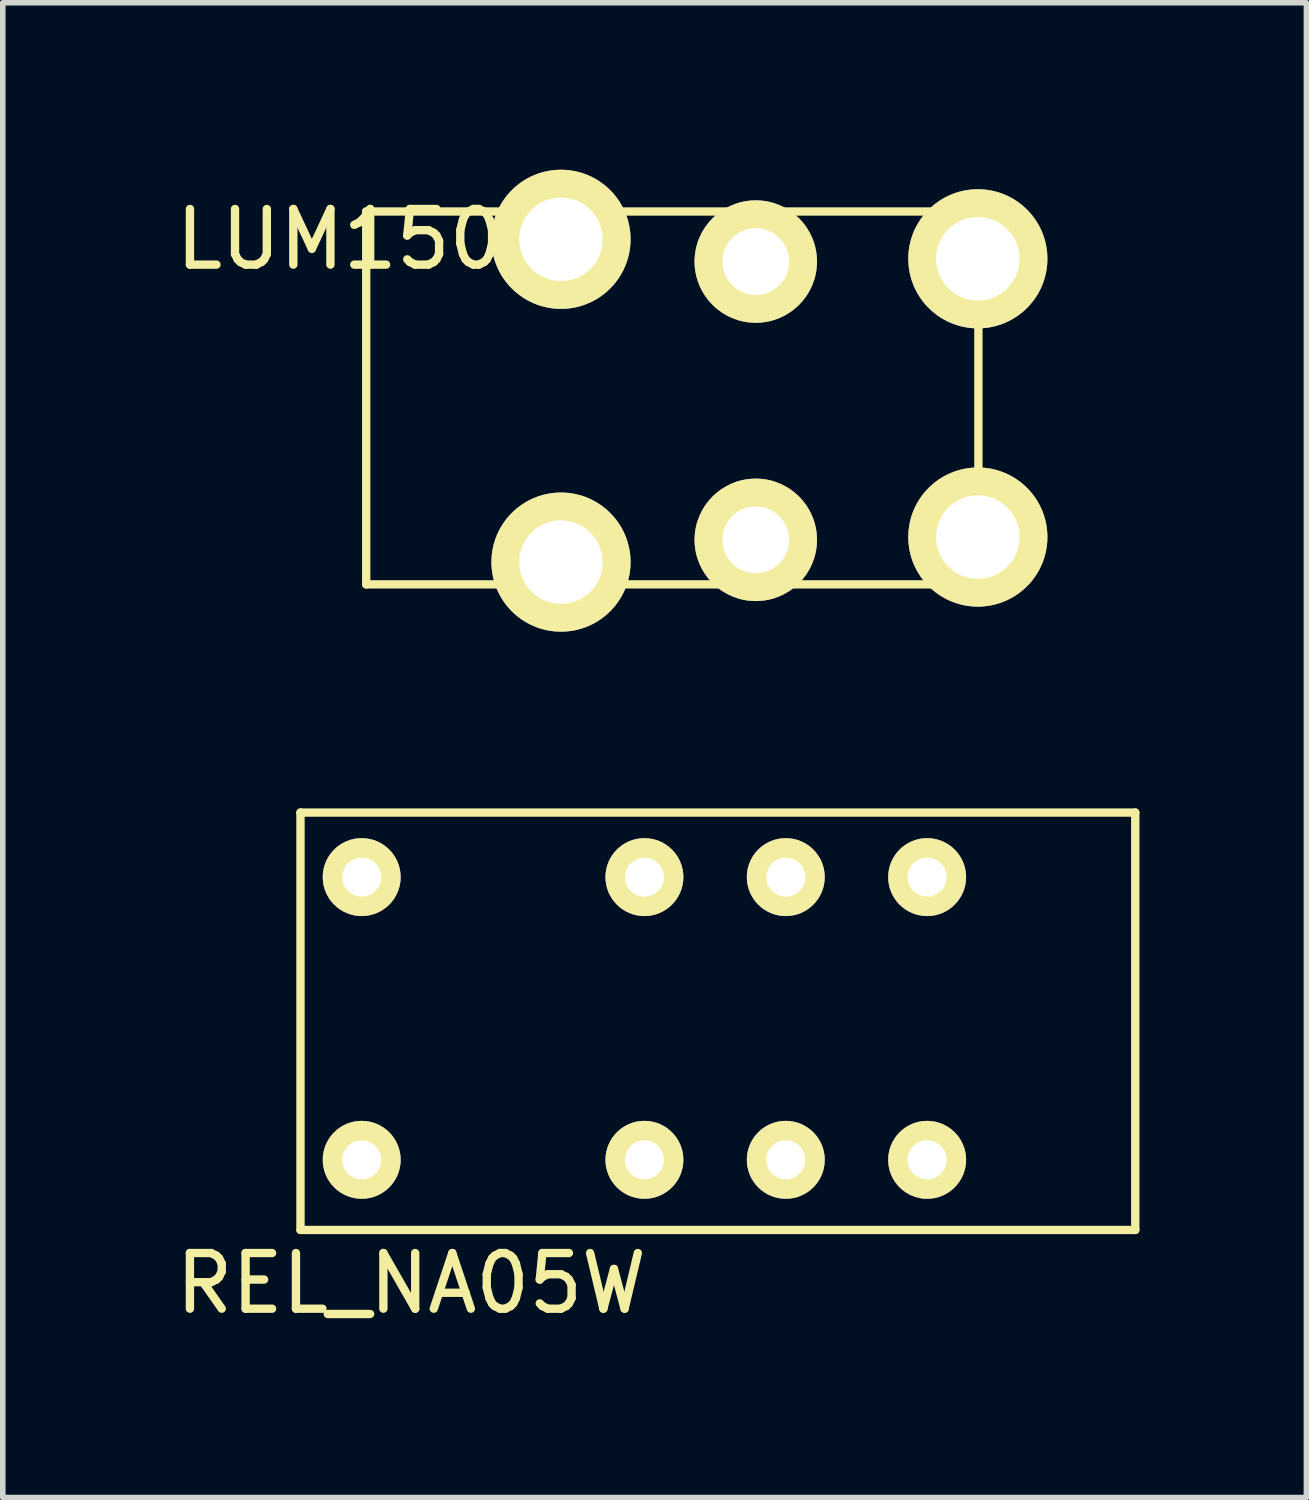
<source format=kicad_pcb>
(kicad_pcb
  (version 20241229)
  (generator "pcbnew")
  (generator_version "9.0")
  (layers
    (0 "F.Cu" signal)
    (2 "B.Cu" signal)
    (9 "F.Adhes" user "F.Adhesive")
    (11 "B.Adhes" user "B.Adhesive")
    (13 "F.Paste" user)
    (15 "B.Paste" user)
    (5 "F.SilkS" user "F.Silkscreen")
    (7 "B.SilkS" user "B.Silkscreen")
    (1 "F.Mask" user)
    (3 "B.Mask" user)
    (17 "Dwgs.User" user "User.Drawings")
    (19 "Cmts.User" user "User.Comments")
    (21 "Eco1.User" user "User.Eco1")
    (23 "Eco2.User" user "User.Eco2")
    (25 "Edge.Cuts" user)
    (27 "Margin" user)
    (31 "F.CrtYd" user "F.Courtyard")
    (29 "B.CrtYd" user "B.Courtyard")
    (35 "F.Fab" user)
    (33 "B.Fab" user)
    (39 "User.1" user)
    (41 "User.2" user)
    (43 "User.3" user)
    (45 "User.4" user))
  (footprint "LUM1503"
    (layer "F.Cu")
    (at 3.53 0.75)
    (property "Reference" "LUM1503" (at 0 0.5 0) (layer "F.SilkS") (effects (font (size 1 1) (thickness 0.15))))
    (attr through_hole)
    (fp_line (start 0 0) (end 0 6.7) (stroke (width 0.15) (type solid)) (layer "F.SilkS"))
    (fp_line (start 0 6.7) (end 11 6.7) (stroke (width 0.15) (type solid)) (layer "F.SilkS"))
    (fp_line (start 11 0) (end 0 0) (stroke (width 0.15) (type solid)) (layer "F.SilkS"))
    (fp_line (start 11 6.7) (end 11 0) (stroke (width 0.15) (type solid)) (layer "F.SilkS"))
    (pad "" thru_hole circle (at 7 0.9) (size 2.2 2.2) (drill 1.2) (layers "*.Cu" "*.Mask" "F.SilkS"))
    (pad "" thru_hole circle (at 7 5.9) (size 2.2 2.2) (drill 1.2) (layers "*.Cu" "*.Mask" "F.SilkS"))
    (pad "1" thru_hole circle (at 10.99 0.85) (size 2.5 2.5) (drill 1.5) (layers "*.Cu" "*.Mask" "F.SilkS"))
    (pad "2" thru_hole circle (at 3.5 0.5) (size 2.5 2.5) (drill 1.5) (layers "*.Cu" "*.Mask" "F.SilkS"))
    (pad "2" thru_hole circle (at 3.5 6.3) (size 2.5 2.5) (drill 1.5) (layers "*.Cu" "*.Mask" "F.SilkS"))
    (pad "3" thru_hole circle (at 10.99 5.85) (size 2.5 2.5) (drill 1.5) (layers "*.Cu" "*.Mask" "F.SilkS")))
  (footprint "REL_NA05W"
    (layer "F.Cu")
    (at 2.349 11.55)
    (property "Reference" "REL_NA05W" (at 1.99 8.46 0) (layer "F.SilkS") (effects (font (size 1 1) (thickness 0.15))))
    (attr through_hole)
    (fp_line (start 0 0) (end 0 7.5) (stroke (width 0.15) (type solid)) (layer "F.SilkS"))
    (fp_line (start 0 7.5) (end 15 7.5) (stroke (width 0.15) (type solid)) (layer "F.SilkS"))
    (fp_line (start 15 0) (end 0 0) (stroke (width 0.15) (type solid)) (layer "F.SilkS"))
    (fp_line (start 15 7.5) (end 15 0) (stroke (width 0.15) (type solid)) (layer "F.SilkS"))
    (pad "1" thru_hole circle (at 11.26 1.16) (size 1.4 1.4) (drill 0.7) (layers "*.Cu" "*.Mask" "F.SilkS"))
    (pad "3" thru_hole circle (at 6.18 1.16) (size 1.4 1.4) (drill 0.7) (layers "*.Cu" "*.Mask" "F.SilkS"))
    (pad "5" thru_hole circle (at 8.72 1.16) (size 1.4 1.4) (drill 0.7) (layers "*.Cu" "*.Mask" "F.SilkS"))
    (pad "8" thru_hole circle (at 1.1 1.16) (size 1.4 1.4) (drill 0.7) (layers "*.Cu" "*.Mask" "F.SilkS"))
    (pad "9" thru_hole circle (at 1.1 6.24) (size 1.4 1.4) (drill 0.7) (layers "*.Cu" "*.Mask" "F.SilkS"))
    (pad "12" thru_hole circle (at 8.72 6.24) (size 1.4 1.4) (drill 0.7) (layers "*.Cu" "*.Mask" "F.SilkS"))
    (pad "14" thru_hole circle (at 6.18 6.24) (size 1.4 1.4) (drill 0.7) (layers "*.Cu" "*.Mask" "F.SilkS"))
    (pad "16" thru_hole circle (at 11.26 6.24) (size 1.4 1.4) (drill 0.7) (layers "*.Cu" "*.Mask" "F.SilkS")))
  (gr_rect
    (start -3 -3)
    (end 20.424 23.858)
    (stroke (width 0.1) (type default))
    (fill no)
    (layer "Edge.Cuts")))
</source>
